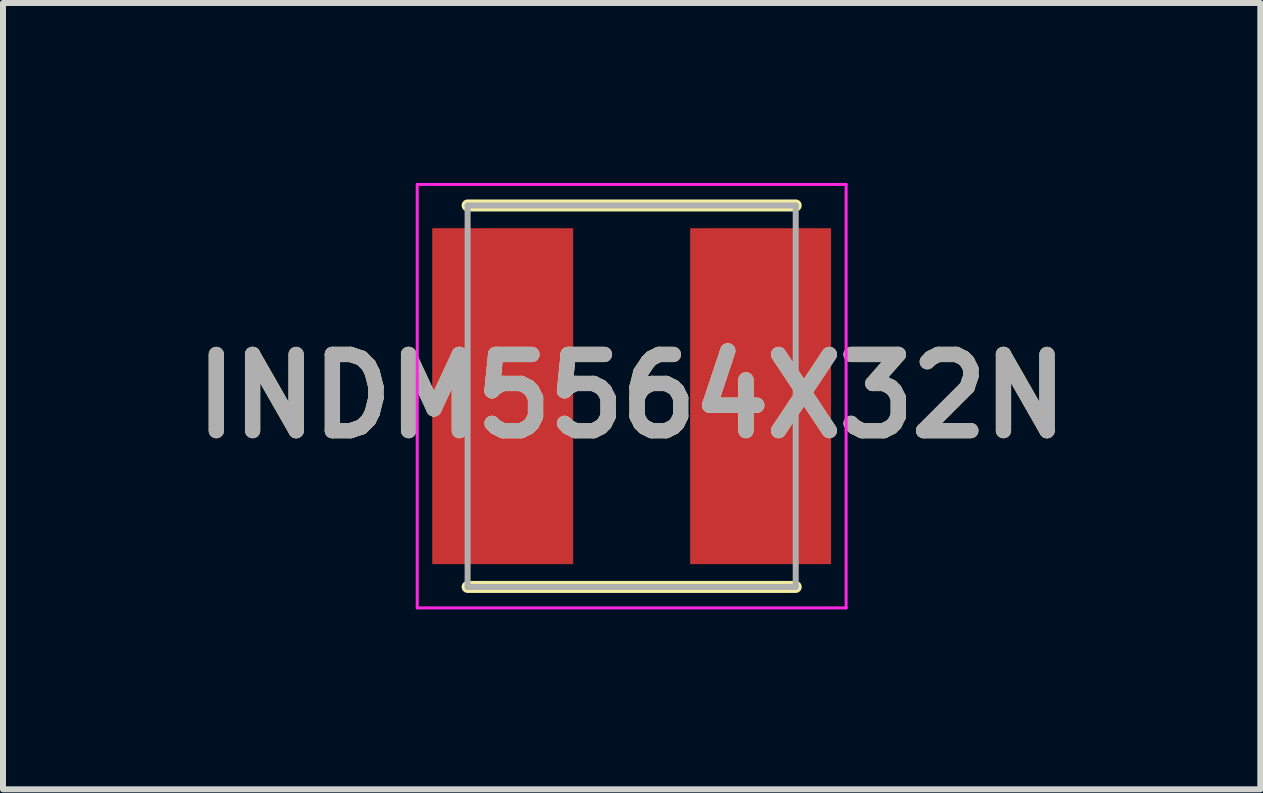
<source format=kicad_pcb>
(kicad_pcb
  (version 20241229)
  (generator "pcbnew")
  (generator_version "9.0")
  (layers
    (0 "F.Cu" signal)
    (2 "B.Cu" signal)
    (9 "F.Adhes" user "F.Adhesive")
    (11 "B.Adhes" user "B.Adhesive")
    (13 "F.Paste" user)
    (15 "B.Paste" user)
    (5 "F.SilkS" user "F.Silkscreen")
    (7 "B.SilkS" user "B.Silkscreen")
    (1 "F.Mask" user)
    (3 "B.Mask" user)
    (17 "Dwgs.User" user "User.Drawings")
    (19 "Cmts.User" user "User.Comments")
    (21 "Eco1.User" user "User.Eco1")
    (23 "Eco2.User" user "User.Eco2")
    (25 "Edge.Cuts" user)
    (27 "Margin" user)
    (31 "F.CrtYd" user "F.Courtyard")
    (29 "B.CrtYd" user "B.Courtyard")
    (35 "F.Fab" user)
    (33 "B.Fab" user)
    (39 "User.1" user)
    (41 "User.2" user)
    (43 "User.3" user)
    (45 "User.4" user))
  (footprint "INDM5564X32N"
    (layer "F.Cu")
    (at 7.481 3.555)
    (property "Reference" "INDM5564X32N" (at 0 0 0) (layer "F.SilkS") (effects (font (size 1.27 1.27) (thickness 0.254))))
    (attr smd)
    (fp_line (start -2.735 3.18) (end 2.735 3.18) (stroke (width 0.2) (type solid)) (layer "F.SilkS"))
    (fp_line (start 2.735 -3.18) (end -2.735 -3.18) (stroke (width 0.2) (type solid)) (layer "F.SilkS"))
    (fp_line (start -3.575 -3.53) (end 3.575 -3.53) (stroke (width 0.05) (type solid)) (layer "F.CrtYd"))
    (fp_line (start -3.575 3.53) (end -3.575 -3.53) (stroke (width 0.05) (type solid)) (layer "F.CrtYd"))
    (fp_line (start 3.575 -3.53) (end 3.575 3.53) (stroke (width 0.05) (type solid)) (layer "F.CrtYd"))
    (fp_line (start 3.575 3.53) (end -3.575 3.53) (stroke (width 0.05) (type solid)) (layer "F.CrtYd"))
    (fp_line (start -2.735 -3.18) (end 2.735 -3.18) (stroke (width 0.1) (type solid)) (layer "F.Fab"))
    (fp_line (start -2.735 3.18) (end -2.735 -3.18) (stroke (width 0.1) (type solid)) (layer "F.Fab"))
    (fp_line (start 2.735 -3.18) (end 2.735 3.18) (stroke (width 0.1) (type solid)) (layer "F.Fab"))
    (fp_line (start 2.735 3.18) (end -2.735 3.18) (stroke (width 0.1) (type solid)) (layer "F.Fab"))
    (fp_text user "${REFERENCE}" (at 0 0 0) (layer "F.Fab") (effects (font (size 1.27 1.27) (thickness 0.254))))
    (pad "1" smd rect (at -2.15 0) (size 2.35 5.6) (layers "F.Cu" "F.Mask" "F.Paste"))
    (pad "2" smd rect (at 2.15 0) (size 2.35 5.6) (layers "F.Cu" "F.Mask" "F.Paste")))
  (gr_rect
    (start -3 -3)
    (end 17.962 10.11)
    (stroke (width 0.1) (type default))
    (fill no)
    (layer "Edge.Cuts")))
</source>
